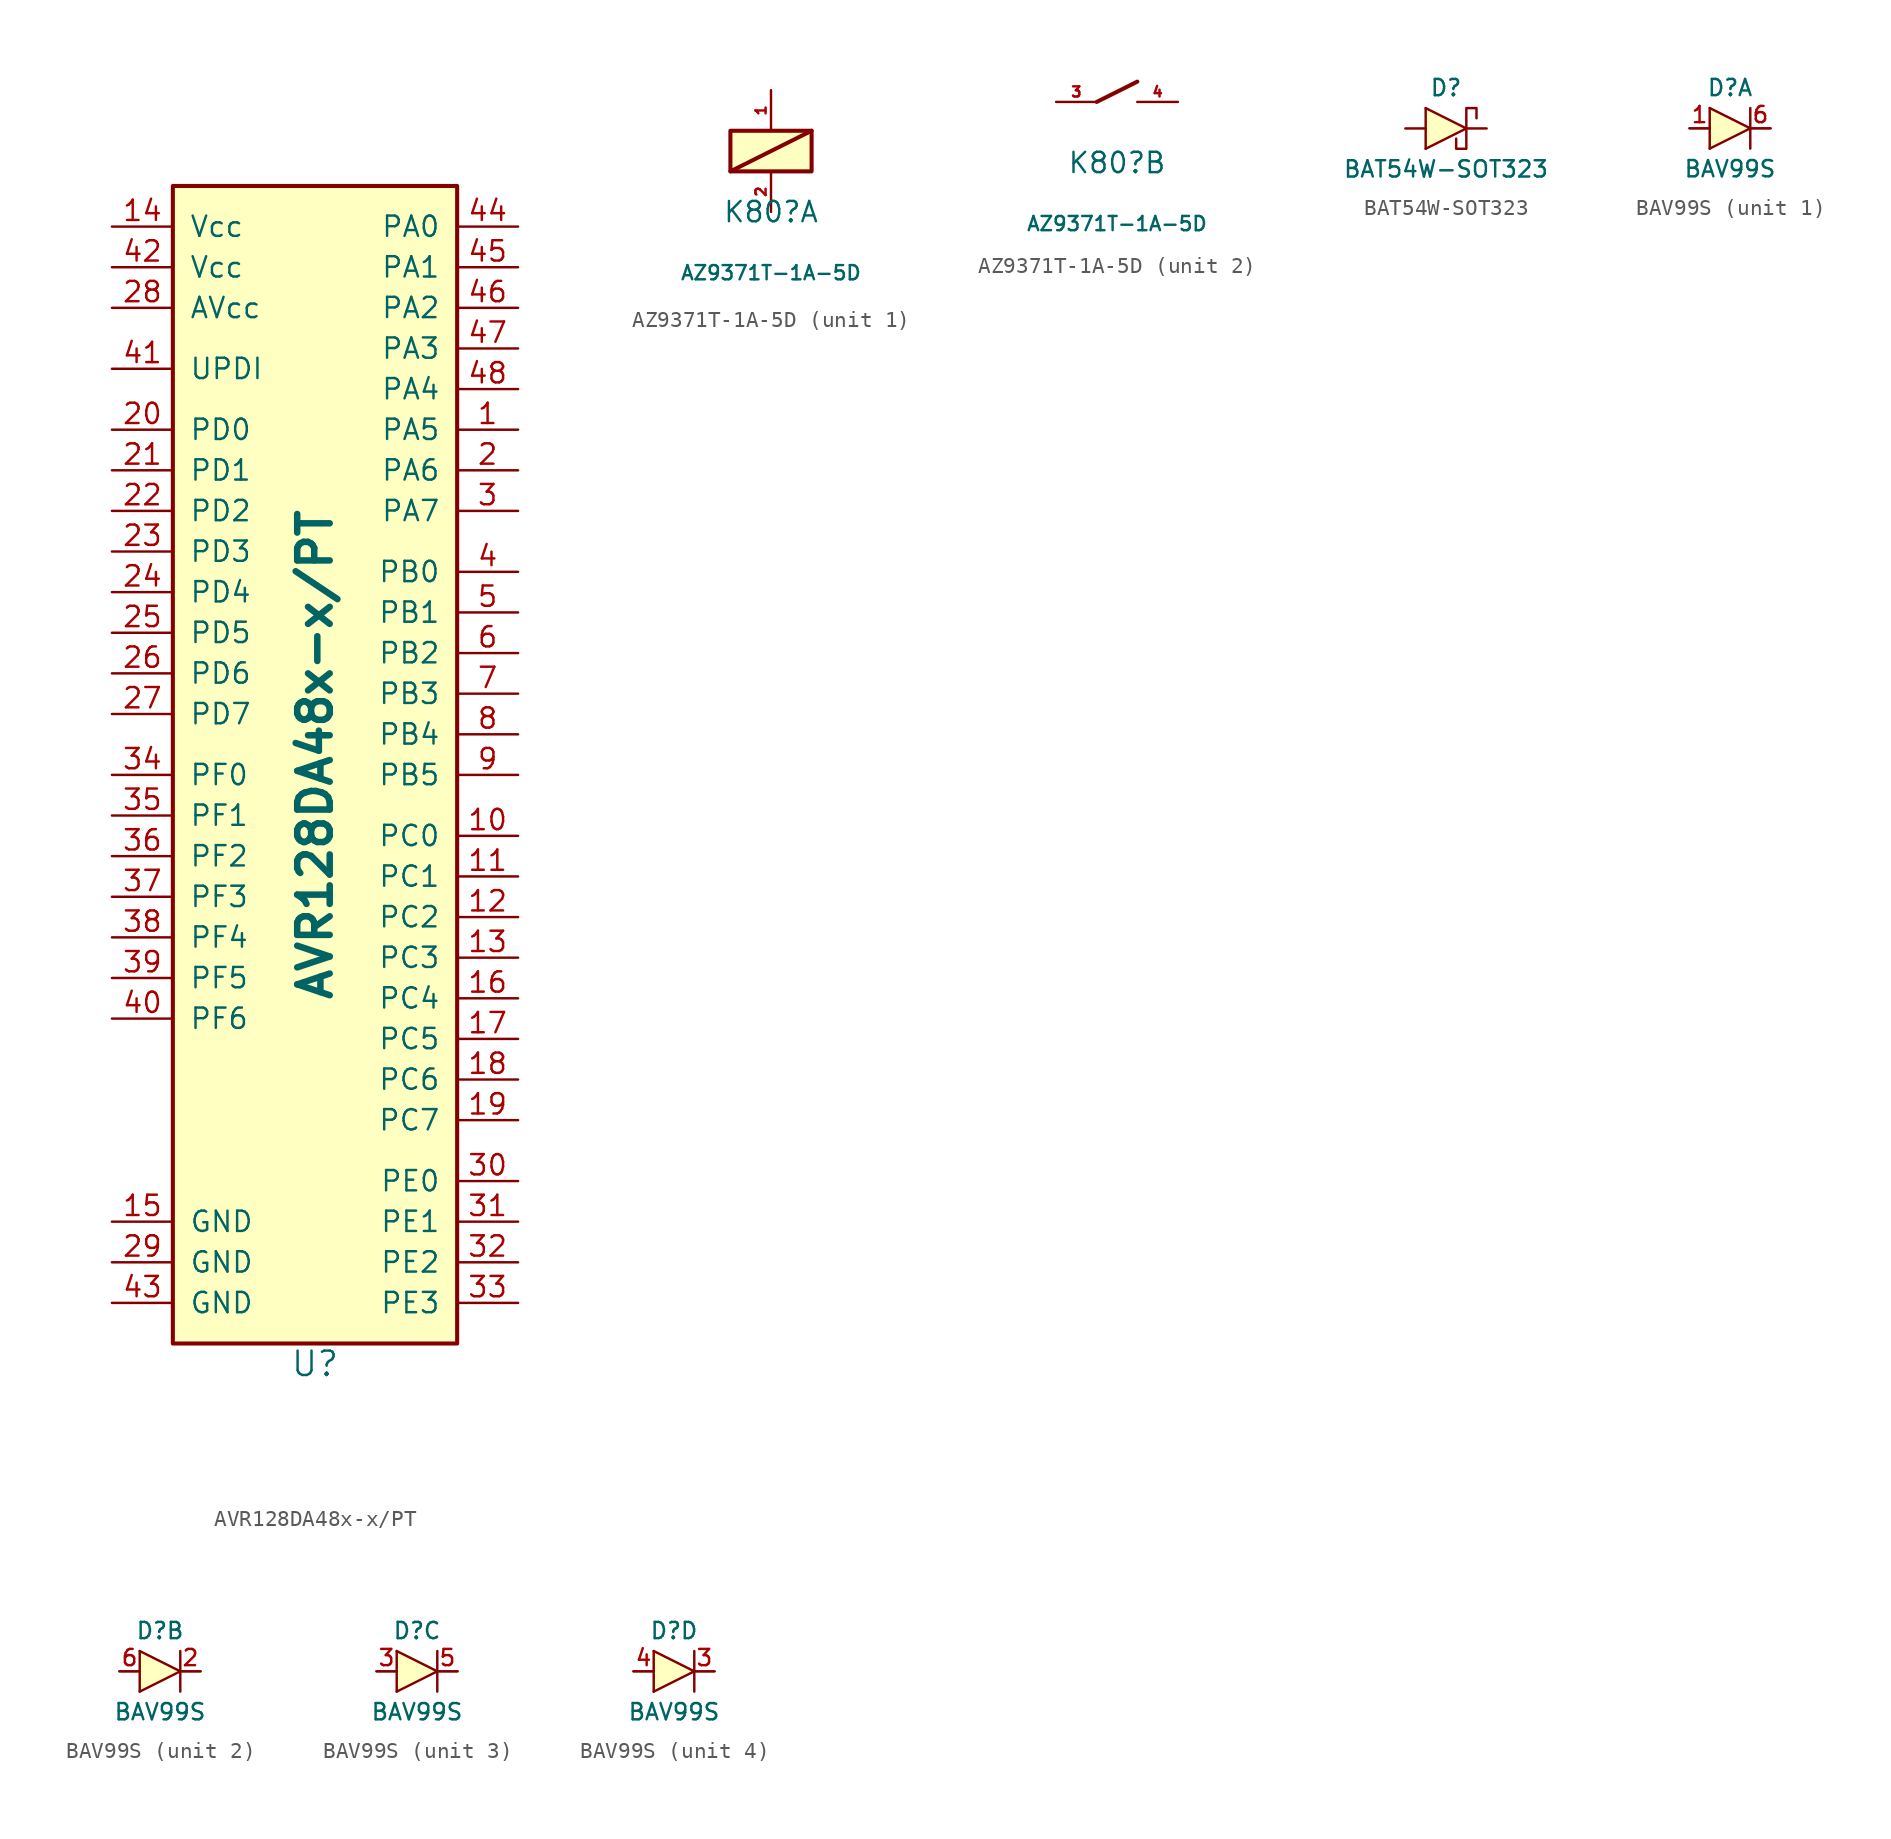
<source format=kicad_sym>
(kicad_symbol_lib
  (version 20231120)
  (generator "kicad_symbol_editor")
  (generator_version "8.0")
  (symbol "AVR128DA48x-x/PT"
    (pin_names
      (offset 1.016))
    (property "Reference" "U"
      (at 0 -38.1 0)
      (effects (font (size 1.524 1.524))))
    (property "Value" "AVR128DA48x-x/PT"
      (at 0 0 90)
      (effects (font (size 2.032 2.032) (bold yes))))
    (symbol "AVR128DA48x-x/PT_0_1"
      (rectangle (start -8.89 35.56) (end 8.89 -36.83) (stroke (width 0.254) (type default)) (fill (type background))))
    (symbol "AVR128DA48x-x/PT_1_1"
      (pin passive line (at 12.7 20.32 180) (length 3.81) (name "PA5" (effects (font (size 1.27 1.27)))) (number "1" (effects (font (size 1.27 1.27)))))
      (pin passive line (at 12.7 -5.08 180) (length 3.81) (name "PC0" (effects (font (size 1.27 1.27)))) (number "10" (effects (font (size 1.27 1.27)))))
      (pin passive line (at 12.7 -7.62 180) (length 3.81) (name "PC1" (effects (font (size 1.27 1.27)))) (number "11" (effects (font (size 1.27 1.27)))))
      (pin passive line (at 12.7 -10.16 180) (length 3.81) (name "PC2" (effects (font (size 1.27 1.27)))) (number "12" (effects (font (size 1.27 1.27)))))
      (pin passive line (at 12.7 -12.7 180) (length 3.81) (name "PC3" (effects (font (size 1.27 1.27)))) (number "13" (effects (font (size 1.27 1.27)))))
      (pin passive line (at -12.7 33.02 0) (length 3.81) (name "Vcc" (effects (font (size 1.27 1.27)))) (number "14" (effects (font (size 1.27 1.27)))))
      (pin power_in line (at -12.7 -29.21 0) (length 3.81) (name "GND" (effects (font (size 1.27 1.27)))) (number "15" (effects (font (size 1.27 1.27)))))
      (pin passive line (at 12.7 -15.24 180) (length 3.81) (name "PC4" (effects (font (size 1.27 1.27)))) (number "16" (effects (font (size 1.27 1.27)))))
      (pin passive line (at 12.7 -17.78 180) (length 3.81) (name "PC5" (effects (font (size 1.27 1.27)))) (number "17" (effects (font (size 1.27 1.27)))))
      (pin passive line (at 12.7 -20.32 180) (length 3.81) (name "PC6" (effects (font (size 1.27 1.27)))) (number "18" (effects (font (size 1.27 1.27)))))
      (pin passive line (at 12.7 -22.86 180) (length 3.81) (name "PC7" (effects (font (size 1.27 1.27)))) (number "19" (effects (font (size 1.27 1.27)))))
      (pin passive line (at 12.7 17.78 180) (length 3.81) (name "PA6" (effects (font (size 1.27 1.27)))) (number "2" (effects (font (size 1.27 1.27)))))
      (pin passive line (at -12.7 20.32 0) (length 3.81) (name "PD0" (effects (font (size 1.27 1.27)))) (number "20" (effects (font (size 1.27 1.27)))))
      (pin passive line (at -12.7 17.78 0) (length 3.81) (name "PD1" (effects (font (size 1.27 1.27)))) (number "21" (effects (font (size 1.27 1.27)))))
      (pin passive line (at -12.7 15.24 0) (length 3.81) (name "PD2" (effects (font (size 1.27 1.27)))) (number "22" (effects (font (size 1.27 1.27)))))
      (pin passive line (at -12.7 12.7 0) (length 3.81) (name "PD3" (effects (font (size 1.27 1.27)))) (number "23" (effects (font (size 1.27 1.27)))))
      (pin passive line (at -12.7 10.16 0) (length 3.81) (name "PD4" (effects (font (size 1.27 1.27)))) (number "24" (effects (font (size 1.27 1.27)))))
      (pin passive line (at -12.7 7.62 0) (length 3.81) (name "PD5" (effects (font (size 1.27 1.27)))) (number "25" (effects (font (size 1.27 1.27)))))
      (pin passive line (at -12.7 5.08 0) (length 3.81) (name "PD6" (effects (font (size 1.27 1.27)))) (number "26" (effects (font (size 1.27 1.27)))))
      (pin passive line (at -12.7 2.54 0) (length 3.81) (name "PD7" (effects (font (size 1.27 1.27)))) (number "27" (effects (font (size 1.27 1.27)))))
      (pin passive line (at -12.7 27.94 0) (length 3.81) (name "AVcc" (effects (font (size 1.27 1.27)))) (number "28" (effects (font (size 1.27 1.27)))))
      (pin power_in line (at -12.7 -31.75 0) (length 3.81) (name "GND" (effects (font (size 1.27 1.27)))) (number "29" (effects (font (size 1.27 1.27)))))
      (pin passive line (at 12.7 15.24 180) (length 3.81) (name "PA7" (effects (font (size 1.27 1.27)))) (number "3" (effects (font (size 1.27 1.27)))))
      (pin passive line (at 12.7 -26.67 180) (length 3.81) (name "PE0" (effects (font (size 1.27 1.27)))) (number "30" (effects (font (size 1.27 1.27)))))
      (pin passive line (at 12.7 -29.21 180) (length 3.81) (name "PE1" (effects (font (size 1.27 1.27)))) (number "31" (effects (font (size 1.27 1.27)))))
      (pin passive line (at 12.7 -31.75 180) (length 3.81) (name "PE2" (effects (font (size 1.27 1.27)))) (number "32" (effects (font (size 1.27 1.27)))))
      (pin passive line (at 12.7 -34.29 180) (length 3.81) (name "PE3" (effects (font (size 1.27 1.27)))) (number "33" (effects (font (size 1.27 1.27)))))
      (pin passive line (at -12.7 -1.27 0) (length 3.81) (name "PF0" (effects (font (size 1.27 1.27)))) (number "34" (effects (font (size 1.27 1.27)))))
      (pin passive line (at -12.7 -3.81 0) (length 3.81) (name "PF1" (effects (font (size 1.27 1.27)))) (number "35" (effects (font (size 1.27 1.27)))))
      (pin passive line (at -12.7 -6.35 0) (length 3.81) (name "PF2" (effects (font (size 1.27 1.27)))) (number "36" (effects (font (size 1.27 1.27)))))
      (pin passive line (at -12.7 -8.89 0) (length 3.81) (name "PF3" (effects (font (size 1.27 1.27)))) (number "37" (effects (font (size 1.27 1.27)))))
      (pin passive line (at -12.7 -11.43 0) (length 3.81) (name "PF4" (effects (font (size 1.27 1.27)))) (number "38" (effects (font (size 1.27 1.27)))))
      (pin passive line (at -12.7 -13.97 0) (length 3.81) (name "PF5" (effects (font (size 1.27 1.27)))) (number "39" (effects (font (size 1.27 1.27)))))
      (pin passive line (at 12.7 11.43 180) (length 3.81) (name "PB0" (effects (font (size 1.27 1.27)))) (number "4" (effects (font (size 1.27 1.27)))))
      (pin passive line (at -12.7 -16.51 0) (length 3.81) (name "PF6" (effects (font (size 1.27 1.27)))) (number "40" (effects (font (size 1.27 1.27)))))
      (pin passive line (at -12.7 24.13 0) (length 3.81) (name "UPDI" (effects (font (size 1.27 1.27)))) (number "41" (effects (font (size 1.27 1.27)))))
      (pin passive line (at -12.7 30.48 0) (length 3.81) (name "Vcc" (effects (font (size 1.27 1.27)))) (number "42" (effects (font (size 1.27 1.27)))))
      (pin power_in line (at -12.7 -34.29 0) (length 3.81) (name "GND" (effects (font (size 1.27 1.27)))) (number "43" (effects (font (size 1.27 1.27)))))
      (pin passive line (at 12.7 33.02 180) (length 3.81) (name "PA0" (effects (font (size 1.27 1.27)))) (number "44" (effects (font (size 1.27 1.27)))))
      (pin passive line (at 12.7 30.48 180) (length 3.81) (name "PA1" (effects (font (size 1.27 1.27)))) (number "45" (effects (font (size 1.27 1.27)))))
      (pin passive line (at 12.7 27.94 180) (length 3.81) (name "PA2" (effects (font (size 1.27 1.27)))) (number "46" (effects (font (size 1.27 1.27)))))
      (pin passive line (at 12.7 25.4 180) (length 3.81) (name "PA3" (effects (font (size 1.27 1.27)))) (number "47" (effects (font (size 1.27 1.27)))))
      (pin passive line (at 12.7 22.86 180) (length 3.81) (name "PA4" (effects (font (size 1.27 1.27)))) (number "48" (effects (font (size 1.27 1.27)))))
      (pin passive line (at 12.7 8.89 180) (length 3.81) (name "PB1" (effects (font (size 1.27 1.27)))) (number "5" (effects (font (size 1.27 1.27)))))
      (pin passive line (at 12.7 6.35 180) (length 3.81) (name "PB2" (effects (font (size 1.27 1.27)))) (number "6" (effects (font (size 1.27 1.27)))))
      (pin passive line (at 12.7 3.81 180) (length 3.81) (name "PB3" (effects (font (size 1.27 1.27)))) (number "7" (effects (font (size 1.27 1.27)))))
      (pin passive line (at 12.7 1.27 180) (length 3.81) (name "PB4" (effects (font (size 1.27 1.27)))) (number "8" (effects (font (size 1.27 1.27)))))
      (pin passive line (at 12.7 -1.27 180) (length 3.81) (name "PB5" (effects (font (size 1.27 1.27)))) (number "9" (effects (font (size 1.27 1.27)))))))
  (symbol "AZ9371T-1A-5D"
    (property "Reference" "K80"
      (at 0 -3.81 0)
      (effects (font (size 1.27 1.27))))
    (property "Value" "AZ9371T-1A-5D"
      (at 0 -7.62 0)
      (effects (font (size 0.889 0.889))))
    (property "ki_locked" ""
      (at 0 0 0)
      (effects (font (size 1.27 1.27))))
    (symbol "AZ9371T-1A-5D_1_1"
      (rectangle (start -2.54 1.27) (end 2.54 -1.27) (stroke (width 0.254) (type default)) (fill (type background)))
      (polyline (pts (xy 2.54 1.27) (xy -2.54 -1.27)) (stroke (width 0.254) (type default)) (fill (type none)))
      (pin passive line (at 0 3.81 270) (length 2.54) (name "~" (effects (font (size 1.27 1.27)))) (number "1" (effects (font (size 0.635 0.635)))))
      (pin passive line (at 0 -3.81 90) (length 2.54) (name "" (effects (font (size 1.27 1.27)))) (number "2" (effects (font (size 0.635 0.635))))))
    (symbol "AZ9371T-1A-5D_2_1"
      (polyline (pts (xy -1.27 0) (xy 1.27 1.27)) (stroke (width 0.254) (type default)) (fill (type none)))
      (pin passive line (at -3.81 0 0) (length 2.54) (name "~" (effects (font (size 1.27 1.27)))) (number "3" (effects (font (size 0.635 0.635)))))
      (pin passive line (at 3.81 0 180) (length 2.54) (name "~" (effects (font (size 1.27 1.27)))) (number "4" (effects (font (size 0.635 0.635)))))))
  (symbol "BAT54W-SOT323"
    (pin_numbers hide)
    (pin_names
      (offset 1.016) hide)
    (property "Reference" "D"
      (at 0 2.54 0)
      (effects (font (size 1.016 1.016))))
    (property "Value" "BAT54W-SOT323"
      (at 0 -2.54 0)
      (effects (font (size 1.016 1.016))))
    (symbol "BAT54W-SOT323_0_1"
      (polyline (pts (xy -1.27 1.27) (xy -1.27 -1.27)) (stroke (width 0) (type default)) (fill (type background)))
      (polyline (pts (xy -1.27 1.27) (xy 1.27 0) (xy -1.27 -1.27)) (stroke (width 0) (type default)) (fill (type background)))
      (polyline (pts (xy 1.905 0.635) (xy 1.905 1.27) (xy 1.27 1.27) (xy 1.27 -1.27) (xy 0.635 -1.27) (xy 0.635 -0.635)) (stroke (width 0) (type default)) (fill (type none))))
    (symbol "BAT54W-SOT323_1_1"
      (pin passive line (at -2.54 0 0) (length 1.27) (name "A" (effects (font (size 1.016 1.016)))) (number "1" (effects (font (size 1.016 1.016)))))
      (pin passive line (at 2.54 0 180) (length 1.27) (name "K" (effects (font (size 1.016 1.016)))) (number "2" (effects (font (size 1.016 1.016)))))))
  (symbol "BAV99S"
    (pin_names
      (offset 0.254) hide)
    (property "Reference" "D"
      (at 0 2.54 0)
      (effects (font (size 1.016 1.016))))
    (property "Value" "BAV99S"
      (at 0 -2.54 0)
      (effects (font (size 1.016 1.016))))
    (property "Datasheet" ""
      (at 0 0 0)
      (effects (font (size 1.524 1.524))))
    (symbol "BAV99S_0_1"
      (polyline (pts (xy 1.27 1.27) (xy 1.27 -1.27)) (stroke (width 0) (type default)) (fill (type none)))
      (polyline (pts (xy -2.54 0) (xy -1.27 0) (xy -1.27 0)) (stroke (width 0.127) (type default)) (fill (type none)))
      (polyline (pts (xy -1.27 1.27) (xy -1.27 -1.27) (xy -1.27 -1.27)) (stroke (width 0) (type default)) (fill (type none)))
      (polyline (pts (xy -1.27 1.27) (xy 1.27 0) (xy -1.27 -1.27)) (stroke (width 0) (type default)) (fill (type background)))
      (polyline (pts (xy 1.27 0) (xy 2.54 0) (xy 2.54 0)) (stroke (width 0.127) (type default)) (fill (type none))))
    (symbol "BAV99S_1_1"
      (pin passive line (at -2.54 0 0) (length 1.27) (name "A" (effects (font (size 1.016 1.016)))) (number "1" (effects (font (size 1.016 1.016)))))
      (pin passive line (at 2.54 0 180) (length 1.27) (name "K" (effects (font (size 1.016 1.016)))) (number "6" (effects (font (size 1.016 1.016))))))
    (symbol "BAV99S_2_1"
      (pin passive line (at 2.54 0 180) (length 1.27) (name "K" (effects (font (size 1.016 1.016)))) (number "2" (effects (font (size 1.016 1.016)))))
      (pin passive line (at -2.54 0 0) (length 1.27) (name "A" (effects (font (size 1.016 1.016)))) (number "6" (effects (font (size 1.016 1.016))))))
    (symbol "BAV99S_3_1"
      (pin passive line (at -2.54 0 0) (length 1.27) (name "A" (effects (font (size 1.016 1.016)))) (number "3" (effects (font (size 1.016 1.016)))))
      (pin passive line (at 2.54 0 180) (length 1.27) (name "K" (effects (font (size 1.016 1.016)))) (number "5" (effects (font (size 1.016 1.016))))))
    (symbol "BAV99S_4_1"
      (pin passive line (at 2.54 0 180) (length 1.27) (name "K" (effects (font (size 1.016 1.016)))) (number "3" (effects (font (size 1.016 1.016)))))
      (pin passive line (at -2.54 0 0) (length 1.27) (name "A" (effects (font (size 1.016 1.016)))) (number "4" (effects (font (size 1.016 1.016))))))))
</source>
